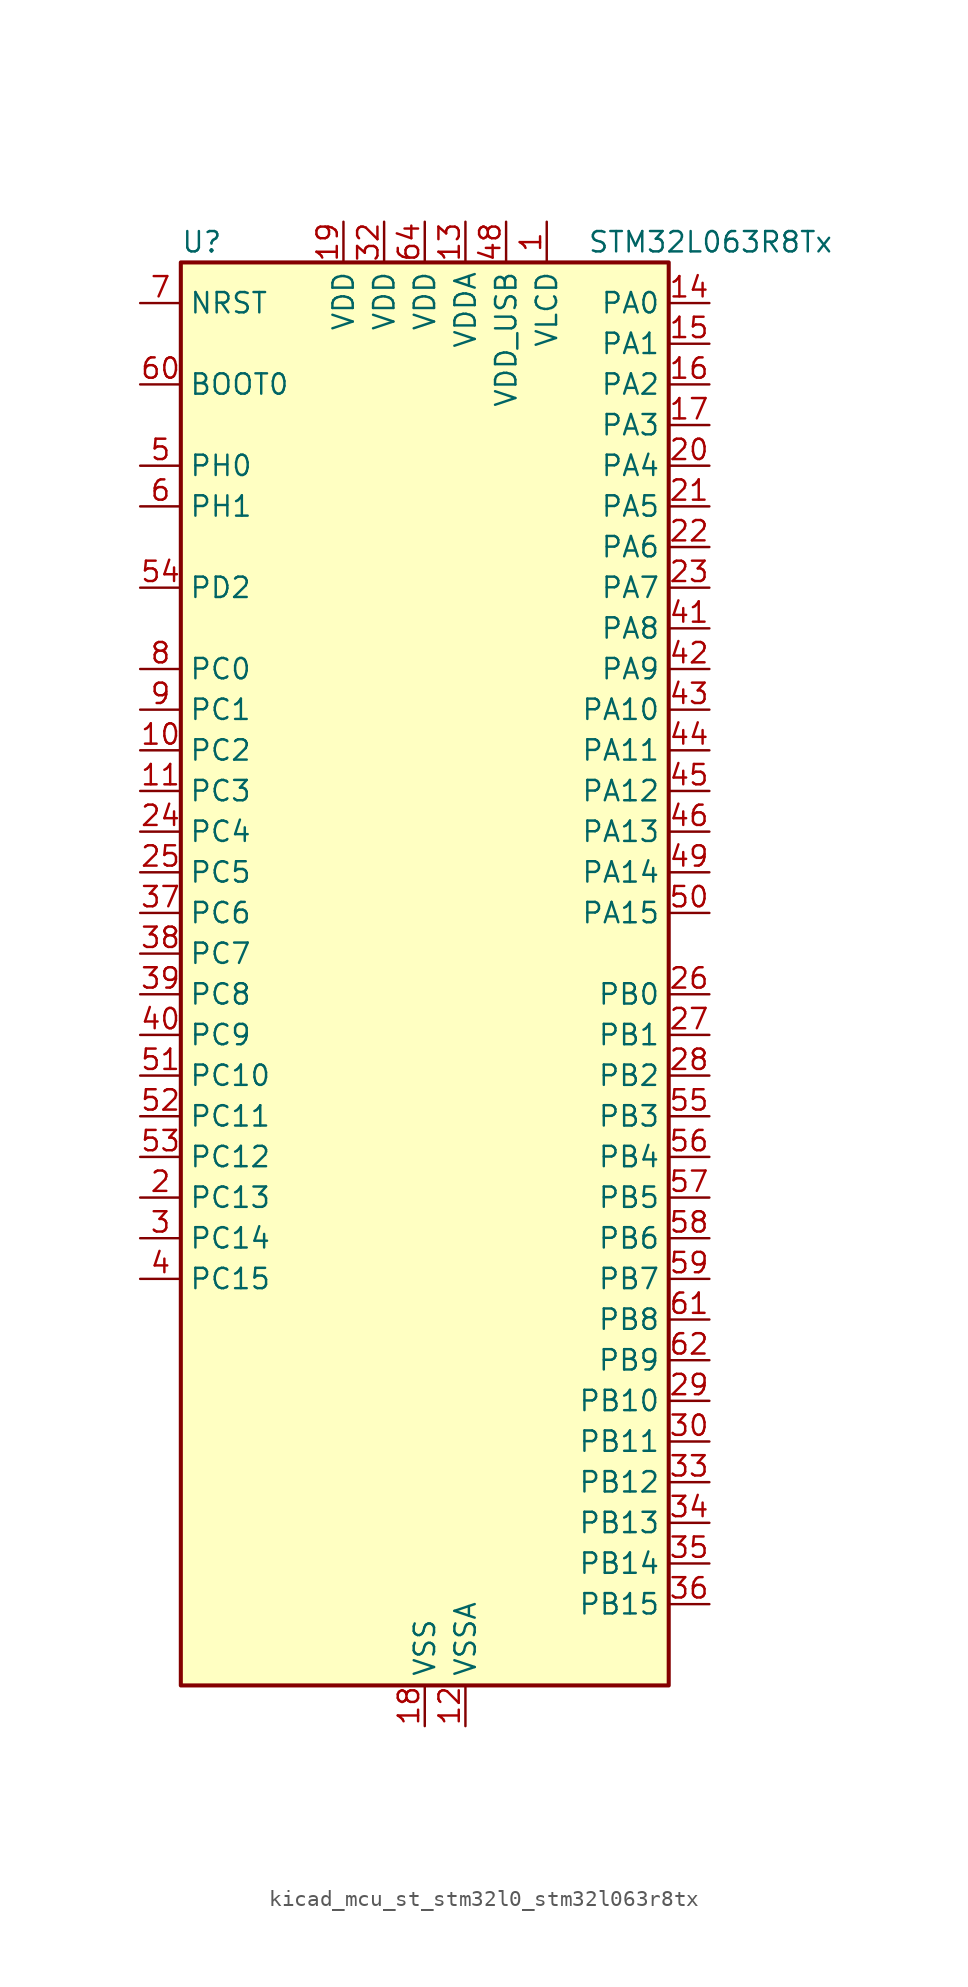
<source format=kicad_sym>
(kicad_symbol_lib
  (version 20220914)
  (generator kicad_symbol_editor)
  (symbol "kicad_mcu_st_stm32l0_stm32l063r8tx"
    (property "Reference" "U"
      (at -15.24 46.99 0)
      (effects (font (size 1.27 1.27)) (justify left)))
    (property "Value" "STM32L063R8Tx"
      (at 10.16 46.99 0)
      (effects (font (size 1.27 1.27)) (justify left)))
    (property "ki_locked" ""
      (at 0 0 0)
      (effects (font (size 1.27 1.27))))
    (symbol "kicad_mcu_st_stm32l0_stm32l063r8tx_0_1"
      (rectangle (start -15.24 -43.18) (end 15.24 45.72) (stroke (width 0.254) (type default)) (fill (type background))))
    (symbol "kicad_mcu_st_stm32l0_stm32l063r8tx_1_1"
      (pin power_in line (at 7.62 48.26 270) (length 2.54) (name "VLCD" (effects (font (size 1.27 1.27)))) (number "1" (effects (font (size 1.27 1.27)))))
      (pin bidirectional line (at -17.78 15.24 0) (length 2.54) (name "PC2" (effects (font (size 1.27 1.27)))) (number "10" (effects (font (size 1.27 1.27)))) (alternate "ADC_IN12" bidirectional line) (alternate "I2S2_MCK" bidirectional line) (alternate "LCD_SEG20" bidirectional line) (alternate "LPTIM1_IN2" bidirectional line) (alternate "SPI2_MISO" bidirectional line) (alternate "TSC_G7_IO3" bidirectional line))
      (pin bidirectional line (at -17.78 12.7 0) (length 2.54) (name "PC3" (effects (font (size 1.27 1.27)))) (number "11" (effects (font (size 1.27 1.27)))) (alternate "ADC_IN13" bidirectional line) (alternate "I2S2_SD" bidirectional line) (alternate "LCD_SEG21" bidirectional line) (alternate "LPTIM1_ETR" bidirectional line) (alternate "SPI2_MOSI" bidirectional line) (alternate "TSC_G7_IO4" bidirectional line))
      (pin power_in line (at 2.54 -45.72 90) (length 2.54) (name "VSSA" (effects (font (size 1.27 1.27)))) (number "12" (effects (font (size 1.27 1.27)))))
      (pin power_in line (at 2.54 48.26 270) (length 2.54) (name "VDDA" (effects (font (size 1.27 1.27)))) (number "13" (effects (font (size 1.27 1.27)))))
      (pin bidirectional line (at 17.78 43.18 180) (length 2.54) (name "PA0" (effects (font (size 1.27 1.27)))) (number "14" (effects (font (size 1.27 1.27)))) (alternate "ADC_IN0" bidirectional line) (alternate "COMP1_INM" bidirectional line) (alternate "COMP1_OUT" bidirectional line) (alternate "RTC_TAMP2" bidirectional line) (alternate "SYS_WKUP1" bidirectional line) (alternate "TIM2_CH1" bidirectional line) (alternate "TIM2_ETR" bidirectional line) (alternate "TSC_G1_IO1" bidirectional line) (alternate "USART2_CTS" bidirectional line))
      (pin bidirectional line (at 17.78 40.64 180) (length 2.54) (name "PA1" (effects (font (size 1.27 1.27)))) (number "15" (effects (font (size 1.27 1.27)))) (alternate "ADC_IN1" bidirectional line) (alternate "COMP1_INP" bidirectional line) (alternate "LCD_SEG0" bidirectional line) (alternate "TIM21_ETR" bidirectional line) (alternate "TIM2_CH2" bidirectional line) (alternate "TSC_G1_IO2" bidirectional line) (alternate "USART2_DE" bidirectional line) (alternate "USART2_RTS" bidirectional line))
      (pin bidirectional line (at 17.78 38.1 180) (length 2.54) (name "PA2" (effects (font (size 1.27 1.27)))) (number "16" (effects (font (size 1.27 1.27)))) (alternate "ADC_IN2" bidirectional line) (alternate "COMP2_INM" bidirectional line) (alternate "COMP2_OUT" bidirectional line) (alternate "LCD_SEG1" bidirectional line) (alternate "TIM21_CH1" bidirectional line) (alternate "TIM2_CH3" bidirectional line) (alternate "TSC_G1_IO3" bidirectional line) (alternate "USART2_TX" bidirectional line))
      (pin bidirectional line (at 17.78 35.56 180) (length 2.54) (name "PA3" (effects (font (size 1.27 1.27)))) (number "17" (effects (font (size 1.27 1.27)))) (alternate "ADC_IN3" bidirectional line) (alternate "COMP2_INP" bidirectional line) (alternate "LCD_SEG2" bidirectional line) (alternate "TIM21_CH2" bidirectional line) (alternate "TIM2_CH4" bidirectional line) (alternate "TSC_G1_IO4" bidirectional line) (alternate "USART2_RX" bidirectional line))
      (pin power_in line (at 0 -45.72 90) (length 2.54) (name "VSS" (effects (font (size 1.27 1.27)))) (number "18" (effects (font (size 1.27 1.27)))))
      (pin power_in line (at -5.08 48.26 270) (length 2.54) (name "VDD" (effects (font (size 1.27 1.27)))) (number "19" (effects (font (size 1.27 1.27)))))
      (pin bidirectional line (at -17.78 -12.7 0) (length 2.54) (name "PC13" (effects (font (size 1.27 1.27)))) (number "2" (effects (font (size 1.27 1.27)))) (alternate "RTC_OUT_ALARM" bidirectional line) (alternate "RTC_OUT_CALIB" bidirectional line) (alternate "RTC_TAMP1" bidirectional line) (alternate "RTC_TS" bidirectional line) (alternate "SYS_WKUP2" bidirectional line))
      (pin bidirectional line (at 17.78 33.02 180) (length 2.54) (name "PA4" (effects (font (size 1.27 1.27)))) (number "20" (effects (font (size 1.27 1.27)))) (alternate "ADC_IN4" bidirectional line) (alternate "COMP1_INM" bidirectional line) (alternate "COMP2_INM" bidirectional line) (alternate "DAC_OUT1" bidirectional line) (alternate "SPI1_NSS" bidirectional line) (alternate "TIM22_ETR" bidirectional line) (alternate "TSC_G2_IO1" bidirectional line) (alternate "USART2_CK" bidirectional line))
      (pin bidirectional line (at 17.78 30.48 180) (length 2.54) (name "PA5" (effects (font (size 1.27 1.27)))) (number "21" (effects (font (size 1.27 1.27)))) (alternate "ADC_IN5" bidirectional line) (alternate "COMP1_INM" bidirectional line) (alternate "COMP2_INM" bidirectional line) (alternate "SPI1_SCK" bidirectional line) (alternate "TIM2_CH1" bidirectional line) (alternate "TIM2_ETR" bidirectional line) (alternate "TSC_G2_IO2" bidirectional line))
      (pin bidirectional line (at 17.78 27.94 180) (length 2.54) (name "PA6" (effects (font (size 1.27 1.27)))) (number "22" (effects (font (size 1.27 1.27)))) (alternate "ADC_IN6" bidirectional line) (alternate "COMP1_OUT" bidirectional line) (alternate "LCD_SEG3" bidirectional line) (alternate "LPUART1_CTS" bidirectional line) (alternate "SPI1_MISO" bidirectional line) (alternate "TIM22_CH1" bidirectional line) (alternate "TSC_G2_IO3" bidirectional line))
      (pin bidirectional line (at 17.78 25.4 180) (length 2.54) (name "PA7" (effects (font (size 1.27 1.27)))) (number "23" (effects (font (size 1.27 1.27)))) (alternate "ADC_IN7" bidirectional line) (alternate "COMP2_OUT" bidirectional line) (alternate "LCD_SEG4" bidirectional line) (alternate "SPI1_MOSI" bidirectional line) (alternate "TIM22_CH2" bidirectional line) (alternate "TSC_G2_IO4" bidirectional line))
      (pin bidirectional line (at -17.78 10.16 0) (length 2.54) (name "PC4" (effects (font (size 1.27 1.27)))) (number "24" (effects (font (size 1.27 1.27)))) (alternate "ADC_IN14" bidirectional line) (alternate "LCD_SEG22" bidirectional line) (alternate "LPUART1_TX" bidirectional line))
      (pin bidirectional line (at -17.78 7.62 0) (length 2.54) (name "PC5" (effects (font (size 1.27 1.27)))) (number "25" (effects (font (size 1.27 1.27)))) (alternate "ADC_IN15" bidirectional line) (alternate "LCD_SEG23" bidirectional line) (alternate "LPUART1_RX" bidirectional line) (alternate "TSC_G3_IO1" bidirectional line))
      (pin bidirectional line (at 17.78 0 180) (length 2.54) (name "PB0" (effects (font (size 1.27 1.27)))) (number "26" (effects (font (size 1.27 1.27)))) (alternate "ADC_IN8" bidirectional line) (alternate "LCD_SEG5" bidirectional line) (alternate "LCD_VLCD3" bidirectional line) (alternate "SYS_VREF_OUT_PB0" bidirectional line) (alternate "TSC_G3_IO2" bidirectional line))
      (pin bidirectional line (at 17.78 -2.54 180) (length 2.54) (name "PB1" (effects (font (size 1.27 1.27)))) (number "27" (effects (font (size 1.27 1.27)))) (alternate "ADC_IN9" bidirectional line) (alternate "LCD_SEG6" bidirectional line) (alternate "LPUART1_DE" bidirectional line) (alternate "LPUART1_RTS" bidirectional line) (alternate "SYS_VREF_OUT_PB1" bidirectional line) (alternate "TSC_G3_IO3" bidirectional line))
      (pin bidirectional line (at 17.78 -5.08 180) (length 2.54) (name "PB2" (effects (font (size 1.27 1.27)))) (number "28" (effects (font (size 1.27 1.27)))) (alternate "LCD_VLCD1" bidirectional line) (alternate "LPTIM1_OUT" bidirectional line) (alternate "TSC_G3_IO4" bidirectional line))
      (pin bidirectional line (at 17.78 -25.4 180) (length 2.54) (name "PB10" (effects (font (size 1.27 1.27)))) (number "29" (effects (font (size 1.27 1.27)))) (alternate "I2C2_SCL" bidirectional line) (alternate "LCD_SEG10" bidirectional line) (alternate "LPUART1_TX" bidirectional line) (alternate "SPI2_SCK" bidirectional line) (alternate "TIM2_CH3" bidirectional line) (alternate "TSC_SYNC" bidirectional line))
      (pin bidirectional line (at -17.78 -15.24 0) (length 2.54) (name "PC14" (effects (font (size 1.27 1.27)))) (number "3" (effects (font (size 1.27 1.27)))) (alternate "RCC_OSC32_IN" bidirectional line))
      (pin bidirectional line (at 17.78 -27.94 180) (length 2.54) (name "PB11" (effects (font (size 1.27 1.27)))) (number "30" (effects (font (size 1.27 1.27)))) (alternate "ADC_EXTI11" bidirectional line) (alternate "I2C2_SDA" bidirectional line) (alternate "LCD_SEG11" bidirectional line) (alternate "LPUART1_RX" bidirectional line) (alternate "TIM2_CH4" bidirectional line) (alternate "TSC_G6_IO1" bidirectional line))
      (pin passive line (at 0 -45.72 90) (length 2.54) hide (name "VSS" (effects (font (size 1.27 1.27)))) (number "31" (effects (font (size 1.27 1.27)))))
      (pin power_in line (at -2.54 48.26 270) (length 2.54) (name "VDD" (effects (font (size 1.27 1.27)))) (number "32" (effects (font (size 1.27 1.27)))))
      (pin bidirectional line (at 17.78 -30.48 180) (length 2.54) (name "PB12" (effects (font (size 1.27 1.27)))) (number "33" (effects (font (size 1.27 1.27)))) (alternate "I2S2_WS" bidirectional line) (alternate "LCD_SEG12" bidirectional line) (alternate "LCD_VLCD2" bidirectional line) (alternate "LPUART1_DE" bidirectional line) (alternate "LPUART1_RTS" bidirectional line) (alternate "SPI2_NSS" bidirectional line) (alternate "TSC_G6_IO2" bidirectional line))
      (pin bidirectional line (at 17.78 -33.02 180) (length 2.54) (name "PB13" (effects (font (size 1.27 1.27)))) (number "34" (effects (font (size 1.27 1.27)))) (alternate "I2C2_SCL" bidirectional line) (alternate "I2S2_CK" bidirectional line) (alternate "LCD_SEG13" bidirectional line) (alternate "LPUART1_CTS" bidirectional line) (alternate "SPI2_SCK" bidirectional line) (alternate "TIM21_CH1" bidirectional line) (alternate "TSC_G6_IO3" bidirectional line))
      (pin bidirectional line (at 17.78 -35.56 180) (length 2.54) (name "PB14" (effects (font (size 1.27 1.27)))) (number "35" (effects (font (size 1.27 1.27)))) (alternate "I2C2_SDA" bidirectional line) (alternate "I2S2_MCK" bidirectional line) (alternate "LCD_SEG14" bidirectional line) (alternate "LPUART1_DE" bidirectional line) (alternate "LPUART1_RTS" bidirectional line) (alternate "RTC_OUT_ALARM" bidirectional line) (alternate "RTC_OUT_CALIB" bidirectional line) (alternate "SPI2_MISO" bidirectional line) (alternate "TIM21_CH2" bidirectional line) (alternate "TSC_G6_IO4" bidirectional line))
      (pin bidirectional line (at 17.78 -38.1 180) (length 2.54) (name "PB15" (effects (font (size 1.27 1.27)))) (number "36" (effects (font (size 1.27 1.27)))) (alternate "I2S2_SD" bidirectional line) (alternate "LCD_SEG15" bidirectional line) (alternate "RTC_REFIN" bidirectional line) (alternate "SPI2_MOSI" bidirectional line))
      (pin bidirectional line (at -17.78 5.08 0) (length 2.54) (name "PC6" (effects (font (size 1.27 1.27)))) (number "37" (effects (font (size 1.27 1.27)))) (alternate "LCD_SEG24" bidirectional line) (alternate "TIM22_CH1" bidirectional line) (alternate "TSC_G8_IO1" bidirectional line))
      (pin bidirectional line (at -17.78 2.54 0) (length 2.54) (name "PC7" (effects (font (size 1.27 1.27)))) (number "38" (effects (font (size 1.27 1.27)))) (alternate "LCD_SEG25" bidirectional line) (alternate "TIM22_CH2" bidirectional line) (alternate "TSC_G8_IO2" bidirectional line))
      (pin bidirectional line (at -17.78 0 0) (length 2.54) (name "PC8" (effects (font (size 1.27 1.27)))) (number "39" (effects (font (size 1.27 1.27)))) (alternate "LCD_SEG26" bidirectional line) (alternate "TIM22_ETR" bidirectional line) (alternate "TSC_G8_IO3" bidirectional line))
      (pin bidirectional line (at -17.78 -17.78 0) (length 2.54) (name "PC15" (effects (font (size 1.27 1.27)))) (number "4" (effects (font (size 1.27 1.27)))) (alternate "RCC_OSC32_OUT" bidirectional line))
      (pin bidirectional line (at -17.78 -2.54 0) (length 2.54) (name "PC9" (effects (font (size 1.27 1.27)))) (number "40" (effects (font (size 1.27 1.27)))) (alternate "DAC_EXTI9" bidirectional line) (alternate "LCD_SEG27" bidirectional line) (alternate "TIM21_ETR" bidirectional line) (alternate "TSC_G8_IO4" bidirectional line) (alternate "USB_NOE" bidirectional line))
      (pin bidirectional line (at 17.78 22.86 180) (length 2.54) (name "PA8" (effects (font (size 1.27 1.27)))) (number "41" (effects (font (size 1.27 1.27)))) (alternate "CRS_SYNC" bidirectional line) (alternate "LCD_COM0" bidirectional line) (alternate "RCC_MCO" bidirectional line) (alternate "USART1_CK" bidirectional line))
      (pin bidirectional line (at 17.78 20.32 180) (length 2.54) (name "PA9" (effects (font (size 1.27 1.27)))) (number "42" (effects (font (size 1.27 1.27)))) (alternate "DAC_EXTI9" bidirectional line) (alternate "LCD_COM1" bidirectional line) (alternate "RCC_MCO" bidirectional line) (alternate "TSC_G4_IO1" bidirectional line) (alternate "USART1_TX" bidirectional line))
      (pin bidirectional line (at 17.78 17.78 180) (length 2.54) (name "PA10" (effects (font (size 1.27 1.27)))) (number "43" (effects (font (size 1.27 1.27)))) (alternate "LCD_COM2" bidirectional line) (alternate "TSC_G4_IO2" bidirectional line) (alternate "USART1_RX" bidirectional line))
      (pin bidirectional line (at 17.78 15.24 180) (length 2.54) (name "PA11" (effects (font (size 1.27 1.27)))) (number "44" (effects (font (size 1.27 1.27)))) (alternate "ADC_EXTI11" bidirectional line) (alternate "COMP1_OUT" bidirectional line) (alternate "SPI1_MISO" bidirectional line) (alternate "TSC_G4_IO3" bidirectional line) (alternate "USART1_CTS" bidirectional line) (alternate "USB_DM" bidirectional line))
      (pin bidirectional line (at 17.78 12.7 180) (length 2.54) (name "PA12" (effects (font (size 1.27 1.27)))) (number "45" (effects (font (size 1.27 1.27)))) (alternate "COMP2_OUT" bidirectional line) (alternate "SPI1_MOSI" bidirectional line) (alternate "TSC_G4_IO4" bidirectional line) (alternate "USART1_DE" bidirectional line) (alternate "USART1_RTS" bidirectional line) (alternate "USB_DP" bidirectional line))
      (pin bidirectional line (at 17.78 10.16 180) (length 2.54) (name "PA13" (effects (font (size 1.27 1.27)))) (number "46" (effects (font (size 1.27 1.27)))) (alternate "SYS_SWDIO" bidirectional line) (alternate "USB_NOE" bidirectional line))
      (pin passive line (at 0 -45.72 90) (length 2.54) hide (name "VSS" (effects (font (size 1.27 1.27)))) (number "47" (effects (font (size 1.27 1.27)))))
      (pin power_in line (at 5.08 48.26 270) (length 2.54) (name "VDD_USB" (effects (font (size 1.27 1.27)))) (number "48" (effects (font (size 1.27 1.27)))))
      (pin bidirectional line (at 17.78 7.62 180) (length 2.54) (name "PA14" (effects (font (size 1.27 1.27)))) (number "49" (effects (font (size 1.27 1.27)))) (alternate "SYS_SWCLK" bidirectional line) (alternate "USART2_TX" bidirectional line))
      (pin bidirectional line (at -17.78 33.02 0) (length 2.54) (name "PH0" (effects (font (size 1.27 1.27)))) (number "5" (effects (font (size 1.27 1.27)))) (alternate "CRS_SYNC" bidirectional line) (alternate "RCC_OSC_IN" bidirectional line))
      (pin bidirectional line (at 17.78 5.08 180) (length 2.54) (name "PA15" (effects (font (size 1.27 1.27)))) (number "50" (effects (font (size 1.27 1.27)))) (alternate "LCD_SEG17" bidirectional line) (alternate "SPI1_NSS" bidirectional line) (alternate "TIM2_CH1" bidirectional line) (alternate "TIM2_ETR" bidirectional line) (alternate "USART2_RX" bidirectional line))
      (pin bidirectional line (at -17.78 -5.08 0) (length 2.54) (name "PC10" (effects (font (size 1.27 1.27)))) (number "51" (effects (font (size 1.27 1.27)))) (alternate "LCD_COM4" bidirectional line) (alternate "LCD_SEG28" bidirectional line) (alternate "LPUART1_TX" bidirectional line))
      (pin bidirectional line (at -17.78 -7.62 0) (length 2.54) (name "PC11" (effects (font (size 1.27 1.27)))) (number "52" (effects (font (size 1.27 1.27)))) (alternate "ADC_EXTI11" bidirectional line) (alternate "LCD_COM5" bidirectional line) (alternate "LCD_SEG29" bidirectional line) (alternate "LPUART1_RX" bidirectional line))
      (pin bidirectional line (at -17.78 -10.16 0) (length 2.54) (name "PC12" (effects (font (size 1.27 1.27)))) (number "53" (effects (font (size 1.27 1.27)))) (alternate "LCD_COM6" bidirectional line) (alternate "LCD_SEG30" bidirectional line))
      (pin bidirectional line (at -17.78 25.4 0) (length 2.54) (name "PD2" (effects (font (size 1.27 1.27)))) (number "54" (effects (font (size 1.27 1.27)))) (alternate "LCD_COM7" bidirectional line) (alternate "LCD_SEG31" bidirectional line) (alternate "LPUART1_DE" bidirectional line) (alternate "LPUART1_RTS" bidirectional line))
      (pin bidirectional line (at 17.78 -7.62 180) (length 2.54) (name "PB3" (effects (font (size 1.27 1.27)))) (number "55" (effects (font (size 1.27 1.27)))) (alternate "COMP2_INM" bidirectional line) (alternate "LCD_SEG7" bidirectional line) (alternate "SPI1_SCK" bidirectional line) (alternate "TIM2_CH2" bidirectional line) (alternate "TSC_G5_IO1" bidirectional line))
      (pin bidirectional line (at 17.78 -10.16 180) (length 2.54) (name "PB4" (effects (font (size 1.27 1.27)))) (number "56" (effects (font (size 1.27 1.27)))) (alternate "COMP2_INP" bidirectional line) (alternate "LCD_SEG8" bidirectional line) (alternate "SPI1_MISO" bidirectional line) (alternate "TIM22_CH1" bidirectional line) (alternate "TSC_G5_IO2" bidirectional line))
      (pin bidirectional line (at 17.78 -12.7 180) (length 2.54) (name "PB5" (effects (font (size 1.27 1.27)))) (number "57" (effects (font (size 1.27 1.27)))) (alternate "COMP2_INP" bidirectional line) (alternate "I2C1_SMBA" bidirectional line) (alternate "LCD_SEG9" bidirectional line) (alternate "LPTIM1_IN1" bidirectional line) (alternate "SPI1_MOSI" bidirectional line) (alternate "TIM22_CH2" bidirectional line))
      (pin bidirectional line (at 17.78 -15.24 180) (length 2.54) (name "PB6" (effects (font (size 1.27 1.27)))) (number "58" (effects (font (size 1.27 1.27)))) (alternate "COMP2_INP" bidirectional line) (alternate "I2C1_SCL" bidirectional line) (alternate "LPTIM1_ETR" bidirectional line) (alternate "TSC_G5_IO3" bidirectional line) (alternate "USART1_TX" bidirectional line))
      (pin bidirectional line (at 17.78 -17.78 180) (length 2.54) (name "PB7" (effects (font (size 1.27 1.27)))) (number "59" (effects (font (size 1.27 1.27)))) (alternate "COMP2_INP" bidirectional line) (alternate "I2C1_SDA" bidirectional line) (alternate "LPTIM1_IN2" bidirectional line) (alternate "SYS_PVD_IN" bidirectional line) (alternate "TSC_G5_IO4" bidirectional line) (alternate "USART1_RX" bidirectional line))
      (pin bidirectional line (at -17.78 30.48 0) (length 2.54) (name "PH1" (effects (font (size 1.27 1.27)))) (number "6" (effects (font (size 1.27 1.27)))) (alternate "RCC_OSC_OUT" bidirectional line))
      (pin input line (at -17.78 38.1 0) (length 2.54) (name "BOOT0" (effects (font (size 1.27 1.27)))) (number "60" (effects (font (size 1.27 1.27)))))
      (pin bidirectional line (at 17.78 -20.32 180) (length 2.54) (name "PB8" (effects (font (size 1.27 1.27)))) (number "61" (effects (font (size 1.27 1.27)))) (alternate "I2C1_SCL" bidirectional line) (alternate "LCD_SEG16" bidirectional line) (alternate "TSC_SYNC" bidirectional line))
      (pin bidirectional line (at 17.78 -22.86 180) (length 2.54) (name "PB9" (effects (font (size 1.27 1.27)))) (number "62" (effects (font (size 1.27 1.27)))) (alternate "DAC_EXTI9" bidirectional line) (alternate "I2C1_SDA" bidirectional line) (alternate "I2S2_WS" bidirectional line) (alternate "LCD_COM3" bidirectional line) (alternate "SPI2_NSS" bidirectional line))
      (pin passive line (at 0 -45.72 90) (length 2.54) hide (name "VSS" (effects (font (size 1.27 1.27)))) (number "63" (effects (font (size 1.27 1.27)))))
      (pin power_in line (at 0 48.26 270) (length 2.54) (name "VDD" (effects (font (size 1.27 1.27)))) (number "64" (effects (font (size 1.27 1.27)))))
      (pin input line (at -17.78 43.18 0) (length 2.54) (name "NRST" (effects (font (size 1.27 1.27)))) (number "7" (effects (font (size 1.27 1.27)))))
      (pin bidirectional line (at -17.78 20.32 0) (length 2.54) (name "PC0" (effects (font (size 1.27 1.27)))) (number "8" (effects (font (size 1.27 1.27)))) (alternate "ADC_IN10" bidirectional line) (alternate "LCD_SEG18" bidirectional line) (alternate "LPTIM1_IN1" bidirectional line) (alternate "TSC_G7_IO1" bidirectional line))
      (pin bidirectional line (at -17.78 17.78 0) (length 2.54) (name "PC1" (effects (font (size 1.27 1.27)))) (number "9" (effects (font (size 1.27 1.27)))) (alternate "ADC_IN11" bidirectional line) (alternate "LCD_SEG19" bidirectional line) (alternate "LPTIM1_OUT" bidirectional line) (alternate "TSC_G7_IO2" bidirectional line)))))
</source>
